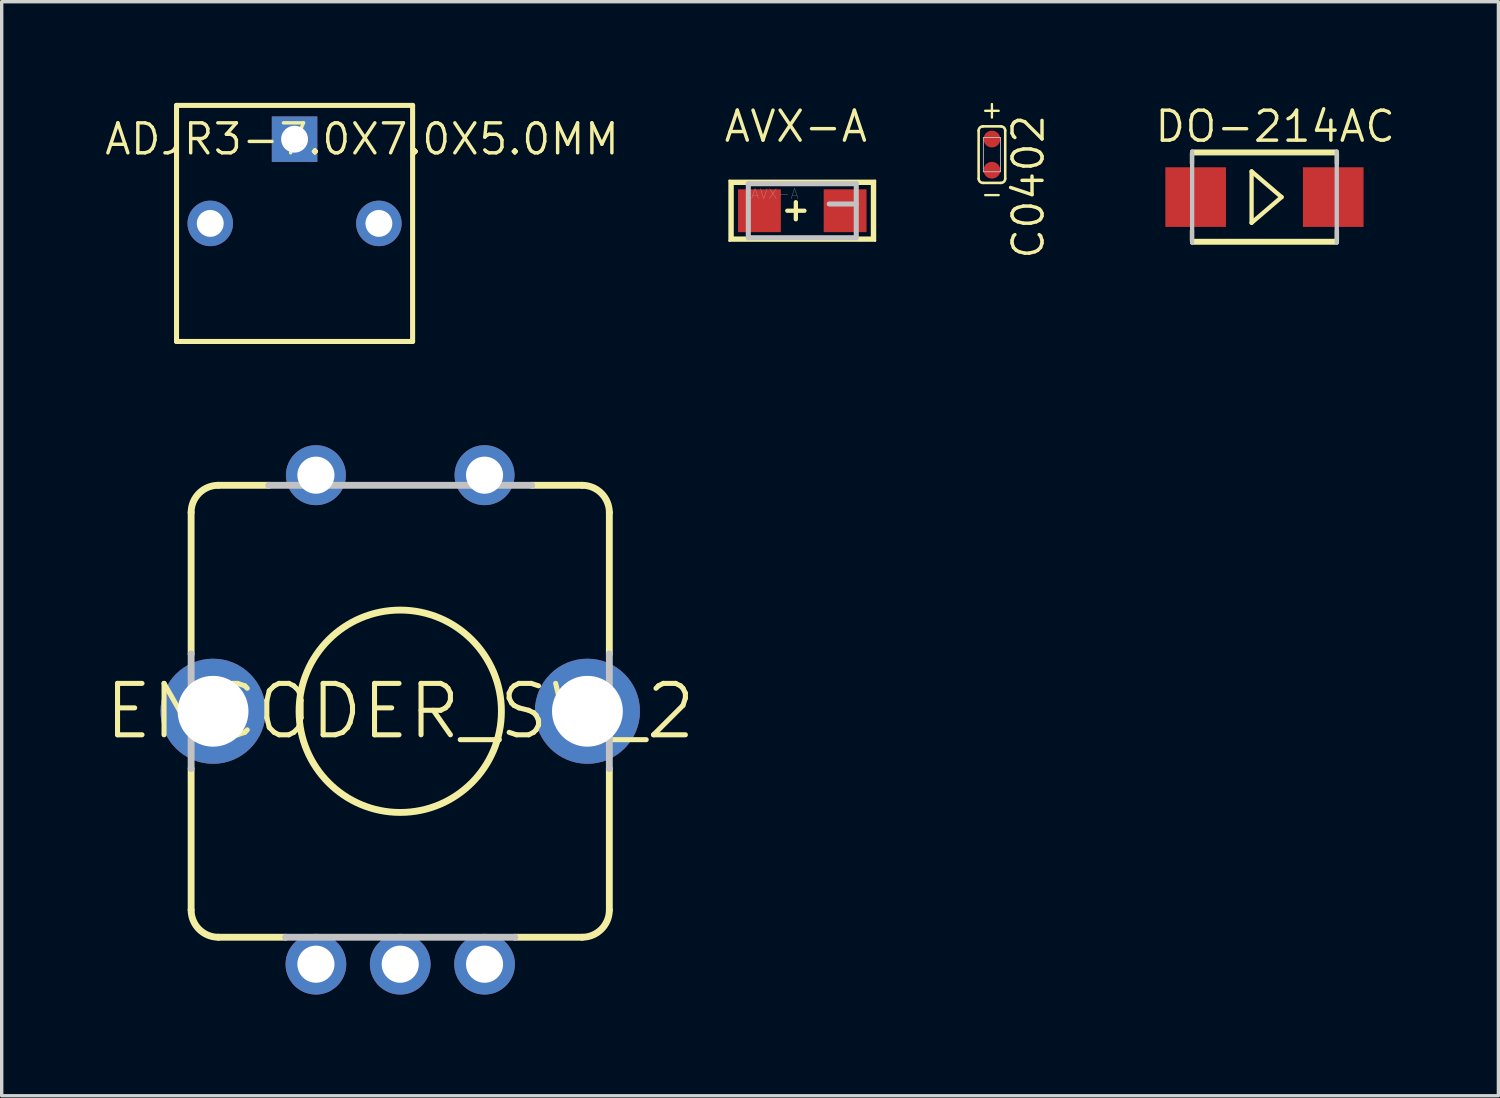
<source format=kicad_pcb>
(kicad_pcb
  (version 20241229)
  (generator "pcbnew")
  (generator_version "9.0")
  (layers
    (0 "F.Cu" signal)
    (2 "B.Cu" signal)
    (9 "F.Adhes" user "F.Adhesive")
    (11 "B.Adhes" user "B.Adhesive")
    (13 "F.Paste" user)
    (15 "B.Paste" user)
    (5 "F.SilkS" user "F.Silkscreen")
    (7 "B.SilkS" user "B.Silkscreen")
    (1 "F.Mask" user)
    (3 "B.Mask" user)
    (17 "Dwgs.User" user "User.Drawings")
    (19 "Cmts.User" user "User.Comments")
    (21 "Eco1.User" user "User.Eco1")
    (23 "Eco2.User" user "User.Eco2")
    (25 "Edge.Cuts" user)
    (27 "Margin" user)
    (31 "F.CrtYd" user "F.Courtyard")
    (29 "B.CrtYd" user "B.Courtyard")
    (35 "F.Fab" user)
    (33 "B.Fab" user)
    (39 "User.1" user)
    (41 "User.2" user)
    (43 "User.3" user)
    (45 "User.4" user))
  (footprint "AVX-A"
    (layer "F.Cu")
    (at 20.738 3.198)
    (property "Reference" "AVX-A" (at -0.191 -2.5 0) (layer "F.SilkS") (effects (font (size 0.889 0.889) (thickness 0.102))))
    (attr smd)
    (fp_line (start -2.159 -0.889) (end 2.159 -0.889) (stroke (width 0.066) (type solid)) (layer "F.SilkS"))
    (fp_line (start -2.159 0.889) (end -2.159 -0.889) (stroke (width 0.066) (type solid)) (layer "F.SilkS"))
    (fp_line (start -2.159 0.889) (end 2.159 0.889) (stroke (width 0.066) (type solid)) (layer "F.SilkS"))
    (fp_line (start -2.095 -0.826) (end 2.095 -0.826) (stroke (width 0.127) (type solid)) (layer "F.SilkS"))
    (fp_line (start -2.095 0.826) (end -2.095 -0.826) (stroke (width 0.127) (type solid)) (layer "F.SilkS"))
    (fp_line (start -0.445 0) (end 0.064 0) (stroke (width 0.127) (type solid)) (layer "F.SilkS"))
    (fp_line (start -0.191 0.254) (end -0.191 -0.254) (stroke (width 0.127) (type solid)) (layer "F.SilkS"))
    (fp_line (start 2.095 -0.826) (end 2.095 0.826) (stroke (width 0.127) (type solid)) (layer "F.SilkS"))
    (fp_line (start 2.095 0.826) (end -2.095 0.826) (stroke (width 0.127) (type solid)) (layer "F.SilkS"))
    (fp_line (start 2.159 0.889) (end 2.159 -0.889) (stroke (width 0.066) (type solid)) (layer "F.SilkS"))
    (fp_line (start -1.6 -0.8) (end 1.6 -0.8) (stroke (width 0.15) (type solid)) (layer "Dwgs.User"))
    (fp_line (start -1.6 0.8) (end -1.6 -0.8) (stroke (width 0.15) (type solid)) (layer "Dwgs.User"))
    (fp_line (start -1.6 0.8) (end 1.6 0.8) (stroke (width 0.15) (type solid)) (layer "Dwgs.User"))
    (fp_line (start 1.6 -0.8) (end 1.6 0.8) (stroke (width 0.15) (type solid)) (layer "Dwgs.User"))
    (fp_line (start 1.6 -0.2) (end 0.8 -0.2) (stroke (width 0.15) (type solid)) (layer "Dwgs.User"))
    (fp_text user "AVX-A " (at -0.7 -0.5 0) (layer "Dwgs.User") (effects (font (size 0.3 0.3) (thickness 0.007))))
    (pad "+" smd rect (at -1.27 0) (size 1.27 1.27) (layers "F.Cu" "F.Mask" "F.Paste"))
    (pad "-" smd rect (at 1.27 0 180) (size 1.27 1.27) (layers "F.Cu" "F.Mask" "F.Paste")))
  (footprint "ENCODER_SW_2"
    (layer "F.Cu")
    (at 8.817 18.039)
    (property "Reference" "ENCODER_SW_2" (at 0 0 0) (layer "F.SilkS") (effects (font (size 1.524 1.524) (thickness 0.15))))
    (attr through_hole)
    (fp_line (start -6.2 -1.7) (end -6.2 -5.894) (stroke (width 0.203) (type solid)) (layer "F.SilkS"))
    (fp_line (start -6.2 1.7) (end -6.2 5.894) (stroke (width 0.203) (type solid)) (layer "F.SilkS"))
    (fp_line (start -5.394 -6.7) (end -3.9 -6.7) (stroke (width 0.203) (type solid)) (layer "F.SilkS"))
    (fp_line (start -5.394 6.7) (end -3.4 6.7) (stroke (width 0.203) (type solid)) (layer "F.SilkS"))
    (fp_line (start 5.394 -6.7) (end 3.9 -6.7) (stroke (width 0.203) (type solid)) (layer "F.SilkS"))
    (fp_line (start 5.394 6.7) (end 3.4 6.7) (stroke (width 0.203) (type solid)) (layer "F.SilkS"))
    (fp_line (start 6.2 -1.7) (end 6.2 -5.894) (stroke (width 0.203) (type solid)) (layer "F.SilkS"))
    (fp_line (start 6.2 1.7) (end 6.2 5.894) (stroke (width 0.203) (type solid)) (layer "F.SilkS"))
    (fp_arc (start -6.2 -5.8938) (mid -5.963869 -6.463869) (end -5.3938 -6.7) (stroke (width 0.2032) (type solid)) (layer "F.SilkS"))
    (fp_arc (start -5.3938 6.7) (mid -5.963869 6.463869) (end -6.2 5.8938) (stroke (width 0.2032) (type solid)) (layer "F.SilkS"))
    (fp_arc (start 5.3938 -6.7) (mid 5.963869 -6.463869) (end 6.2 -5.8938) (stroke (width 0.2032) (type solid)) (layer "F.SilkS"))
    (fp_arc (start 6.2 5.8938) (mid 5.963869 6.463869) (end 5.3938 6.7) (stroke (width 0.2032) (type solid)) (layer "F.SilkS"))
    (fp_circle (center 0 0) (end 3 0) (stroke (width 0.203) (type solid)) (fill no) (layer "F.SilkS"))
    (fp_line (start -6.2 1.7) (end -6.2 -1.7) (stroke (width 0.203) (type solid)) (layer "Dwgs.User"))
    (fp_line (start -3.9 -6.7) (end 3.9 -6.7) (stroke (width 0.203) (type solid)) (layer "Dwgs.User"))
    (fp_line (start 3.4 6.7) (end -3.4 6.7) (stroke (width 0.203) (type solid)) (layer "Dwgs.User"))
    (fp_line (start 6.2 -1.7) (end 6.2 1.7) (stroke (width 0.203) (type solid)) (layer "Dwgs.User"))
    (pad "A" thru_hole circle (at -2.5 7.5) (size 1.8 1.8) (drill 1.1) (layers "*.Cu" "*.Mask"))
    (pad "B" thru_hole circle (at 2.5 7.5) (size 1.8 1.8) (drill 1.1) (layers "*.Cu" "*.Mask"))
    (pad "C" thru_hole circle (at 0 7.5) (size 1.8 1.8) (drill 1.1) (layers "*.Cu" "*.Mask"))
    (pad "D" thru_hole circle (at -2.5 -7) (size 1.778 1.778) (drill 1.1) (layers "*.Cu" "*.Mask"))
    (pad "E" thru_hole circle (at 2.5 -7) (size 1.778 1.778) (drill 1.1) (layers "*.Cu" "*.Mask"))
    (pad "P$1" thru_hole circle (at -5.55 0) (size 3.116 3.116) (drill 2.1) (layers "*.Cu" "*.Mask"))
    (pad "P$2" thru_hole circle (at 5.55 0) (size 3.116 3.116) (drill 2.1) (layers "*.Cu" "*.Mask")))
  (footprint "DO-214AC"
    (layer "F.Cu")
    (at 34.441 2.794)
    (property "Reference" "DO-214AC" (at 0.318 -2.095 0) (layer "F.SilkS") (effects (font (size 0.889 0.889) (thickness 0.102))))
    (attr smd)
    (fp_line (start -2.159 -1.27) (end 2.159 -1.27) (stroke (width 0.066) (type solid)) (layer "F.SilkS"))
    (fp_line (start -2.159 1.27) (end -2.159 -1.27) (stroke (width 0.066) (type solid)) (layer "F.SilkS"))
    (fp_line (start -2.159 1.27) (end 2.159 1.27) (stroke (width 0.066) (type solid)) (layer "F.SilkS"))
    (fp_line (start -2.149 -1.298) (end -2.149 -0.998) (stroke (width 0.127) (type solid)) (layer "F.SilkS"))
    (fp_line (start -2.149 1.298) (end -2.149 0.998) (stroke (width 0.127) (type solid)) (layer "F.SilkS"))
    (fp_line (start -2.144 -1.349) (end 2.144 -1.349) (stroke (width 0.127) (type solid)) (layer "F.SilkS"))
    (fp_line (start -0.381 -0.762) (end 0.508 0) (stroke (width 0.127) (type solid)) (layer "F.SilkS"))
    (fp_line (start -0.381 0.762) (end -0.381 -0.762) (stroke (width 0.127) (type solid)) (layer "F.SilkS"))
    (fp_line (start 0.508 0) (end -0.381 0.762) (stroke (width 0.127) (type solid)) (layer "F.SilkS"))
    (fp_line (start 2.144 1.349) (end -2.144 1.349) (stroke (width 0.127) (type solid)) (layer "F.SilkS"))
    (fp_line (start 2.149 -1.298) (end 2.149 -0.998) (stroke (width 0.127) (type solid)) (layer "F.SilkS"))
    (fp_line (start 2.149 1.298) (end 2.149 0.998) (stroke (width 0.127) (type solid)) (layer "F.SilkS"))
    (fp_line (start 2.159 1.27) (end 2.159 -1.27) (stroke (width 0.066) (type solid)) (layer "F.SilkS"))
    (fp_line (start -2.144 1.349) (end -2.144 -1.349) (stroke (width 0.127) (type solid)) (layer "Dwgs.User"))
    (fp_line (start 2.144 -1.349) (end 2.144 1.349) (stroke (width 0.127) (type solid)) (layer "Dwgs.User"))
    (pad "+" smd rect (at -2.04 0 90) (size 1.768 1.798) (layers "F.Cu" "F.Mask" "F.Paste"))
    (pad "-" smd rect (at 2.04 0 90) (size 1.768 1.798) (layers "F.Cu" "F.Mask" "F.Paste")))
  (footprint "ADJR3-7.0X7.0X5.0MM"
    (layer "F.Cu")
    (at 5.684 3.575)
    (property "Reference" "ADJR3-7.0X7.0X5.0MM" (at 2 -2.5 0) (layer "F.SilkS") (effects (font (size 0.889 0.889) (thickness 0.102))))
    (attr exclude_from_pos_files exclude_from_bom)
    (fp_line (start -3.5 -3.5) (end 3.5 -3.5) (stroke (width 0.15) (type solid)) (layer "F.SilkS"))
    (fp_line (start -3.5 3.5) (end -3.5 -3.5) (stroke (width 0.15) (type solid)) (layer "F.SilkS"))
    (fp_line (start 3.5 -3.5) (end 3.5 3.5) (stroke (width 0.15) (type solid)) (layer "F.SilkS"))
    (fp_line (start 3.5 3.5) (end -3.5 3.5) (stroke (width 0.15) (type solid)) (layer "F.SilkS"))
    (pad "1" thru_hole circle (at -2.5 -0.001) (size 1.349 1.349) (drill 0.798) (layers "*.Cu" "*.Paste" "*.Mask"))
    (pad "2" thru_hole rect (at 0 -2.498) (size 1.349 1.349) (drill 0.798) (layers "*.Cu" "*.Paste" "*.Mask"))
    (pad "3" thru_hole circle (at 2.5 -0.001) (size 1.349 1.349) (drill 0.798) (layers "*.Cu" "*.Paste" "*.Mask")))
  (footprint "C0402"
    (layer "F.Cu")
    (at 26.361 1.535)
    (property "Reference" "C0402" (at 1.079 0.953 270) (layer "F.SilkS") (effects (font (size 0.889 0.889) (thickness 0.102))))
    (attr smd)
    (fp_line (start -0.394 0.711) (end -0.394 -0.711) (stroke (width 0.076) (type solid)) (layer "F.SilkS"))
    (fp_line (start -0.267 -0.838) (end 0.267 -0.838) (stroke (width 0.076) (type solid)) (layer "F.SilkS"))
    (fp_line (start -0.2 -1.3) (end 0.2 -1.3) (stroke (width 0.07) (type solid)) (layer "F.SilkS"))
    (fp_line (start -0.2 1.2) (end 0.2 1.2) (stroke (width 0.07) (type solid)) (layer "F.SilkS"))
    (fp_line (start 0 -1.5) (end 0 -1.1) (stroke (width 0.07) (type solid)) (layer "F.SilkS"))
    (fp_line (start 0.267 0.838) (end -0.267 0.838) (stroke (width 0.076) (type solid)) (layer "F.SilkS"))
    (fp_line (start 0.394 -0.711) (end 0.394 0.711) (stroke (width 0.076) (type solid)) (layer "F.SilkS"))
    (fp_arc (start -0.3937 -0.7112) (mid -0.356503 -0.801003) (end -0.2667 -0.8382) (stroke (width 0.0762) (type solid)) (layer "F.SilkS"))
    (fp_arc (start -0.2667 0.8382) (mid -0.356503 0.801003) (end -0.3937 0.7112) (stroke (width 0.0762) (type solid)) (layer "F.SilkS"))
    (fp_arc (start 0.2667 -0.8382) (mid 0.356503 -0.801003) (end 0.3937 -0.7112) (stroke (width 0.0762) (type solid)) (layer "F.SilkS"))
    (fp_arc (start 0.3937 0.7112) (mid 0.356503 0.801003) (end 0.2667 0.8382) (stroke (width 0.0762) (type solid)) (layer "F.SilkS"))
    (fp_line (start -0.254 -0.508) (end 0.254 -0.508) (stroke (width 0.025) (type solid)) (layer "Dwgs.User"))
    (fp_line (start -0.254 0.508) (end -0.254 -0.508) (stroke (width 0.025) (type solid)) (layer "Dwgs.User"))
    (fp_line (start 0.254 -0.508) (end 0.254 0.508) (stroke (width 0.025) (type solid)) (layer "Dwgs.User"))
    (fp_line (start 0.254 0.508) (end -0.254 0.508) (stroke (width 0.025) (type solid)) (layer "Dwgs.User"))
    (pad "1" smd circle (at 0 -0.462 270) (size 0.498 0.498) (layers "F.Cu" "F.Mask" "F.Paste"))
    (pad "2" smd circle (at 0 0.462 270) (size 0.498 0.498) (layers "F.Cu" "F.Mask" "F.Paste")))
  (gr_rect
    (start -3 -3)
    (end 41.378 29.439)
    (stroke (width 0.1) (type default))
    (fill no)
    (layer "Edge.Cuts")))
</source>
